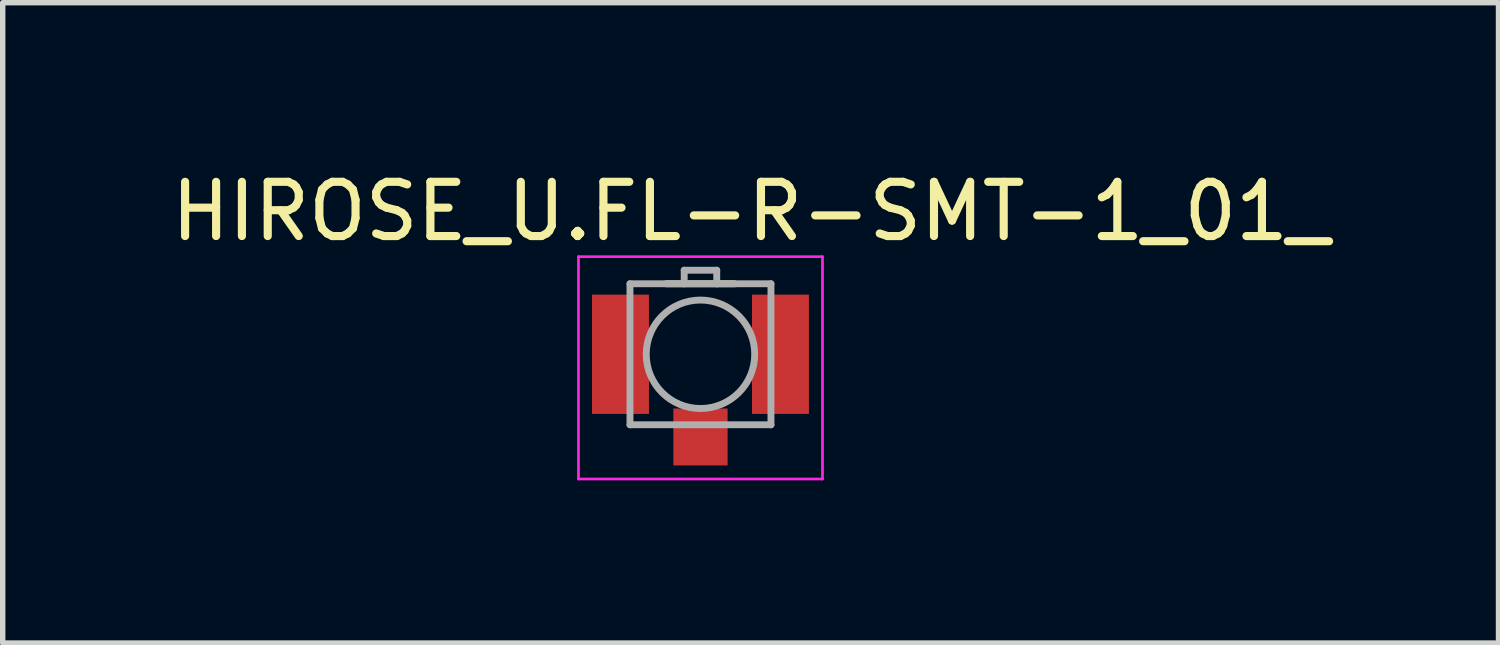
<source format=kicad_pcb>
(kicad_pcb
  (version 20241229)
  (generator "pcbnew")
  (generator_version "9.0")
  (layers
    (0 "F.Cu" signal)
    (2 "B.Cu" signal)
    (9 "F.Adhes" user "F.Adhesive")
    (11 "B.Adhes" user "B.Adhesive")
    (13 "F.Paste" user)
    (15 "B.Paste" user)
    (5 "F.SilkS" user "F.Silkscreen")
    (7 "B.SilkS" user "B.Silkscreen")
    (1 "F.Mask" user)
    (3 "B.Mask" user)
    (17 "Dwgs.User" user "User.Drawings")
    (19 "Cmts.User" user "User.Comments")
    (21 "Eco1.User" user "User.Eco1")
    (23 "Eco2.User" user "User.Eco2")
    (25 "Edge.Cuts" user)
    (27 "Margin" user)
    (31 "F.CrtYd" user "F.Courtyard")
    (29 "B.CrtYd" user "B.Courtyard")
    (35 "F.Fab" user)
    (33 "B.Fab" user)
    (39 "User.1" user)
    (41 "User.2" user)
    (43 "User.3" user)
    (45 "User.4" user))
  (footprint "HIROSE_U.FL-R-SMT-1_01_"
    (layer "F.Cu")
    (at 9.867 3.483)
    (property "Reference" "HIROSE_U.FL-R-SMT-1_01_" (at 0.925 -2.635 0) (layer "F.SilkS") (effects (font (size 1 1) (thickness 0.15))))
    (attr smd)
    (fp_line (start -0.63 -1.3) (end 0.63 -1.3) (stroke (width 0.127) (type solid)) (layer "F.SilkS"))
    (fp_poly (pts (xy -1.95 -1) (xy -1.05 -1) (xy -1.05 1) (xy -1.95 1)) (stroke (width 0.01) (type solid)) (fill yes) (layer "F.Paste"))
    (fp_poly (pts (xy -0.4 1.1) (xy 0.4 1.1) (xy 0.4 1.95) (xy -0.4 1.95)) (stroke (width 0.01) (type solid)) (fill yes) (layer "F.Paste"))
    (fp_poly (pts (xy 1.05 -1) (xy 1.95 -1) (xy 1.95 1) (xy 1.05 1)) (stroke (width 0.01) (type solid)) (fill yes) (layer "F.Paste"))
    (fp_line (start -2.25 -1.8) (end 2.25 -1.8) (stroke (width 0.05) (type solid)) (layer "F.CrtYd"))
    (fp_line (start -2.25 2.3) (end -2.25 -1.8) (stroke (width 0.05) (type solid)) (layer "F.CrtYd"))
    (fp_line (start 2.25 -1.8) (end 2.25 2.3) (stroke (width 0.05) (type solid)) (layer "F.CrtYd"))
    (fp_line (start 2.25 2.3) (end -2.25 2.3) (stroke (width 0.05) (type solid)) (layer "F.CrtYd"))
    (fp_line (start -1.3 -1.3) (end -0.3 -1.3) (stroke (width 0.127) (type solid)) (layer "F.Fab"))
    (fp_line (start -1.3 1.3) (end -1.3 -1.3) (stroke (width 0.127) (type solid)) (layer "F.Fab"))
    (fp_line (start -0.3 -1.55) (end 0.3 -1.55) (stroke (width 0.127) (type solid)) (layer "F.Fab"))
    (fp_line (start -0.3 -1.3) (end -0.3 -1.55) (stroke (width 0.127) (type solid)) (layer "F.Fab"))
    (fp_line (start -0.3 -1.3) (end 0.3 -1.3) (stroke (width 0.127) (type solid)) (layer "F.Fab"))
    (fp_line (start 0.3 -1.55) (end 0.3 -1.3) (stroke (width 0.127) (type solid)) (layer "F.Fab"))
    (fp_line (start 0.3 -1.3) (end 1.3 -1.3) (stroke (width 0.127) (type solid)) (layer "F.Fab"))
    (fp_line (start 1.3 -1.3) (end 1.3 1.3) (stroke (width 0.127) (type solid)) (layer "F.Fab"))
    (fp_line (start 1.3 1.3) (end -1.3 1.3) (stroke (width 0.127) (type solid)) (layer "F.Fab"))
    (fp_circle (center 0 0) (end 1 0) (stroke (width 0.127) (type solid)) (fill no) (layer "F.Fab"))
    (pad "G1" smd rect (at -1.475 0) (size 1.05 2.2) (layers "F.Cu" "F.Mask"))
    (pad "G2" smd rect (at 1.475 0) (size 1.05 2.2) (layers "F.Cu" "F.Mask"))
    (pad "SIG" smd rect (at 0 1.525) (size 1 1.05) (layers "F.Cu" "F.Mask"))
    (zone (net_name "") (layer "F.Cu") (hatch full 0.508) (connect_pads) (min_thickness 0.01) (filled_areas_thickness no) (keepout (tracks not_allowed) (vias not_allowed) (pads not_allowed) (copperpour not_allowed) (footprints allowed)) (placement (enabled no)) (fill) (polygon (pts (xy 8.917 2.383) (xy 8.917 4.583) (xy 9.367 4.583) (xy 9.367 4.483) (xy 10.367 4.483) (xy 10.367 4.583) (xy 10.817 4.583) (xy 10.817 2.383))))
    (zone (net_name "") (layers "F.Cu" "B.Cu") (hatch full 0.508) (connect_pads) (min_thickness 0.01) (filled_areas_thickness no) (keepout (tracks allowed) (vias not_allowed) (pads allowed) (copperpour allowed) (footprints allowed)) (placement (enabled no)) (fill) (polygon (pts (xy 8.917 2.383) (xy 8.917 4.583) (xy 9.367 4.583) (xy 9.367 4.483) (xy 10.367 4.483) (xy 10.367 4.583) (xy 10.817 4.583) (xy 10.817 2.383)))))
  (gr_rect
    (start -3 -3)
    (end 24.583 8.808)
    (stroke (width 0.1) (type default))
    (fill no)
    (layer "Edge.Cuts")))
</source>
